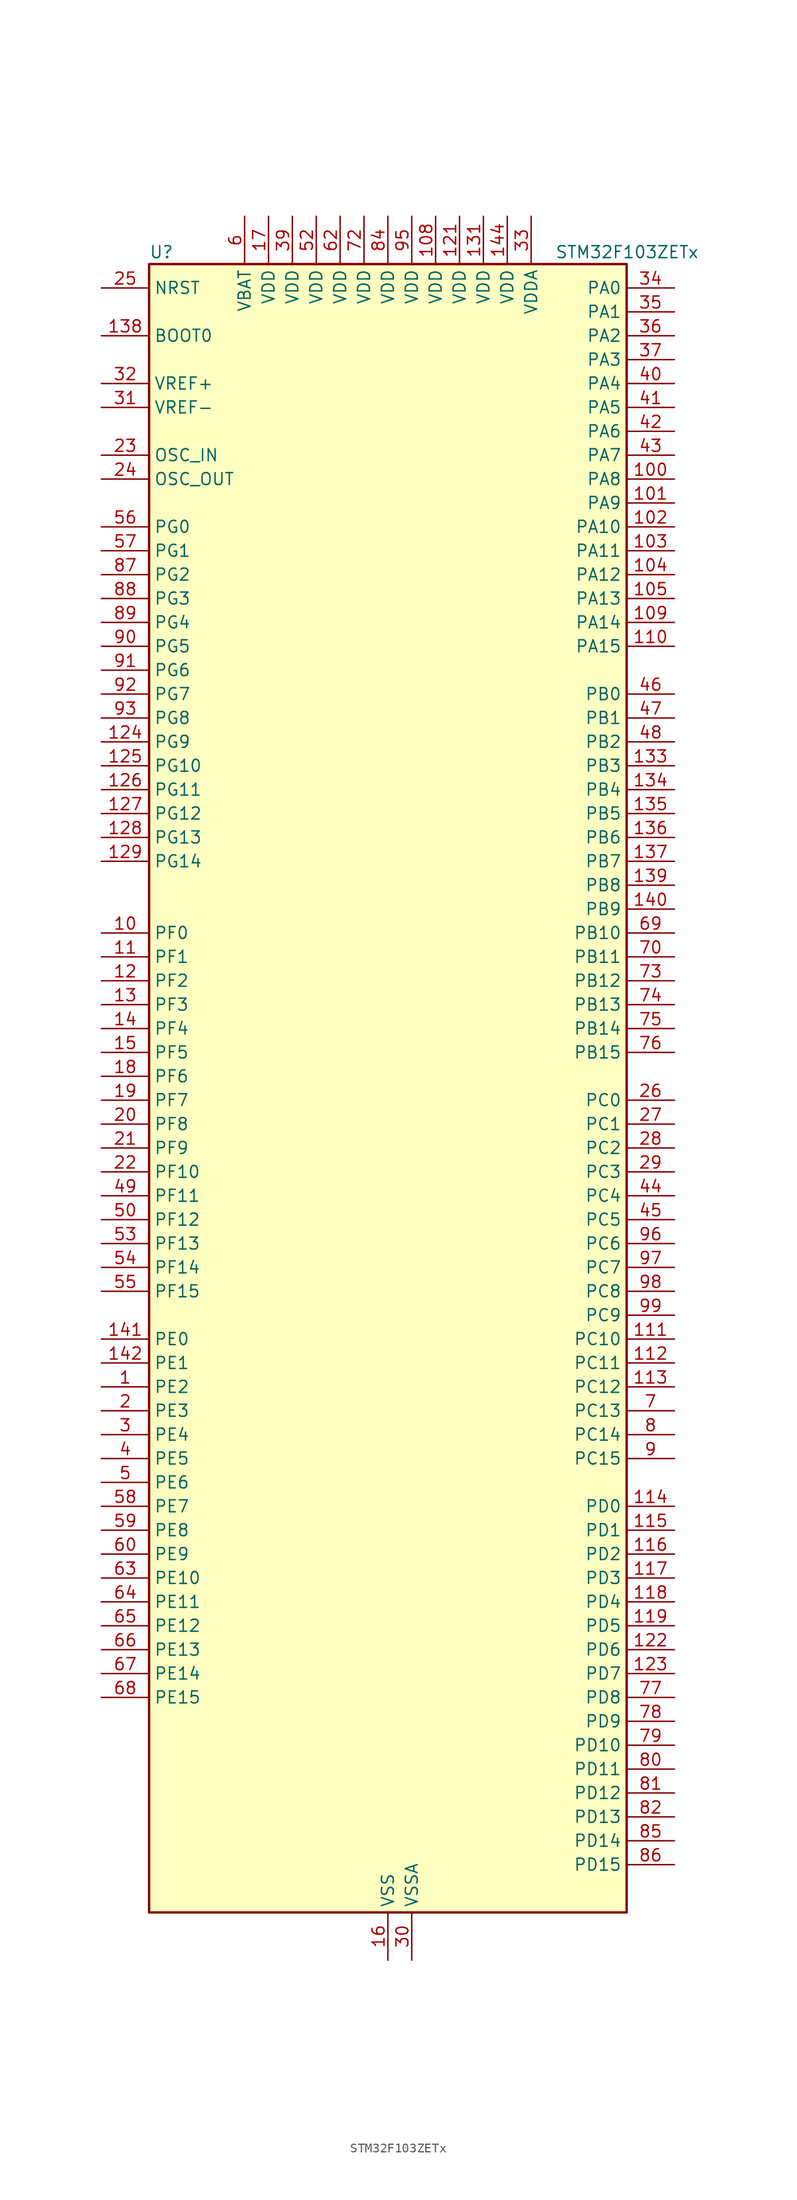
<source format=kicad_sym>
(kicad_symbol_lib
  (version 20220914)
  (generator kicad_symbol_editor)
  (symbol "STM32F103ZETx"
    (property "Reference" "U"
      (at -25.4 90.17 0)
      (effects (font (size 1.27 1.27)) (justify left)))
    (property "Value" "STM32F103ZETx"
      (at 17.78 90.17 0)
      (effects (font (size 1.27 1.27)) (justify left)))
    (property "ki_locked" ""
      (at 0 0 0)
      (effects (font (size 1.27 1.27))))
    (symbol "STM32F103ZETx_0_1"
      (rectangle (start -25.4 -86.36) (end 25.4 88.9) (stroke (width 0.254) (type default)) (fill (type background))))
    (symbol "STM32F103ZETx_1_1"
      (pin bidirectional line (at -30.48 -30.48 0) (length 5.08) (name "PE2" (effects (font (size 1.27 1.27)))) (number "1" (effects (font (size 1.27 1.27)))) (alternate "FSMC_A23" bidirectional line) (alternate "SYS_TRACECLK" bidirectional line))
      (pin bidirectional line (at -30.48 17.78 0) (length 5.08) (name "PF0" (effects (font (size 1.27 1.27)))) (number "10" (effects (font (size 1.27 1.27)))) (alternate "FSMC_A0" bidirectional line))
      (pin bidirectional line (at 30.48 66.04 180) (length 5.08) (name "PA8" (effects (font (size 1.27 1.27)))) (number "100" (effects (font (size 1.27 1.27)))) (alternate "RCC_MCO" bidirectional line) (alternate "TIM1_CH1" bidirectional line) (alternate "USART1_CK" bidirectional line))
      (pin bidirectional line (at 30.48 63.5 180) (length 5.08) (name "PA9" (effects (font (size 1.27 1.27)))) (number "101" (effects (font (size 1.27 1.27)))) (alternate "DAC_EXTI9" bidirectional line) (alternate "TIM1_CH2" bidirectional line) (alternate "USART1_TX" bidirectional line))
      (pin bidirectional line (at 30.48 60.96 180) (length 5.08) (name "PA10" (effects (font (size 1.27 1.27)))) (number "102" (effects (font (size 1.27 1.27)))) (alternate "TIM1_CH3" bidirectional line) (alternate "USART1_RX" bidirectional line))
      (pin bidirectional line (at 30.48 58.42 180) (length 5.08) (name "PA11" (effects (font (size 1.27 1.27)))) (number "103" (effects (font (size 1.27 1.27)))) (alternate "ADC1_EXTI11" bidirectional line) (alternate "ADC2_EXTI11" bidirectional line) (alternate "CAN_RX" bidirectional line) (alternate "TIM1_CH4" bidirectional line) (alternate "USART1_CTS" bidirectional line) (alternate "USB_DM" bidirectional line))
      (pin bidirectional line (at 30.48 55.88 180) (length 5.08) (name "PA12" (effects (font (size 1.27 1.27)))) (number "104" (effects (font (size 1.27 1.27)))) (alternate "CAN_TX" bidirectional line) (alternate "TIM1_ETR" bidirectional line) (alternate "USART1_RTS" bidirectional line) (alternate "USB_DP" bidirectional line))
      (pin bidirectional line (at 30.48 53.34 180) (length 5.08) (name "PA13" (effects (font (size 1.27 1.27)))) (number "105" (effects (font (size 1.27 1.27)))) (alternate "SYS_JTMS-SWDIO" bidirectional line))
      (pin no_connect line (at -25.4 -86.36 0) (length 5.08) hide (name "NC" (effects (font (size 1.27 1.27)))) (number "106" (effects (font (size 1.27 1.27)))))
      (pin passive line (at 0 -91.44 90) (length 5.08) hide (name "VSS" (effects (font (size 1.27 1.27)))) (number "107" (effects (font (size 1.27 1.27)))))
      (pin power_in line (at 5.08 93.98 270) (length 5.08) (name "VDD" (effects (font (size 1.27 1.27)))) (number "108" (effects (font (size 1.27 1.27)))))
      (pin bidirectional line (at 30.48 50.8 180) (length 5.08) (name "PA14" (effects (font (size 1.27 1.27)))) (number "109" (effects (font (size 1.27 1.27)))) (alternate "SYS_JTCK-SWCLK" bidirectional line))
      (pin bidirectional line (at -30.48 15.24 0) (length 5.08) (name "PF1" (effects (font (size 1.27 1.27)))) (number "11" (effects (font (size 1.27 1.27)))) (alternate "FSMC_A1" bidirectional line))
      (pin bidirectional line (at 30.48 48.26 180) (length 5.08) (name "PA15" (effects (font (size 1.27 1.27)))) (number "110" (effects (font (size 1.27 1.27)))) (alternate "ADC1_EXTI15" bidirectional line) (alternate "ADC2_EXTI15" bidirectional line) (alternate "I2S3_WS" bidirectional line) (alternate "SPI1_NSS" bidirectional line) (alternate "SPI3_NSS" bidirectional line) (alternate "SYS_JTDI" bidirectional line) (alternate "TIM2_CH1" bidirectional line) (alternate "TIM2_ETR" bidirectional line))
      (pin bidirectional line (at 30.48 -25.4 180) (length 5.08) (name "PC10" (effects (font (size 1.27 1.27)))) (number "111" (effects (font (size 1.27 1.27)))) (alternate "SDIO_D2" bidirectional line) (alternate "UART4_TX" bidirectional line) (alternate "USART3_TX" bidirectional line))
      (pin bidirectional line (at 30.48 -27.94 180) (length 5.08) (name "PC11" (effects (font (size 1.27 1.27)))) (number "112" (effects (font (size 1.27 1.27)))) (alternate "ADC1_EXTI11" bidirectional line) (alternate "ADC2_EXTI11" bidirectional line) (alternate "SDIO_D3" bidirectional line) (alternate "UART4_RX" bidirectional line) (alternate "USART3_RX" bidirectional line))
      (pin bidirectional line (at 30.48 -30.48 180) (length 5.08) (name "PC12" (effects (font (size 1.27 1.27)))) (number "113" (effects (font (size 1.27 1.27)))) (alternate "SDIO_CK" bidirectional line) (alternate "UART5_TX" bidirectional line) (alternate "USART3_CK" bidirectional line))
      (pin bidirectional line (at 30.48 -43.18 180) (length 5.08) (name "PD0" (effects (font (size 1.27 1.27)))) (number "114" (effects (font (size 1.27 1.27)))) (alternate "CAN_RX" bidirectional line) (alternate "FSMC_D2" bidirectional line) (alternate "FSMC_DA2" bidirectional line))
      (pin bidirectional line (at 30.48 -45.72 180) (length 5.08) (name "PD1" (effects (font (size 1.27 1.27)))) (number "115" (effects (font (size 1.27 1.27)))) (alternate "CAN_TX" bidirectional line) (alternate "FSMC_D3" bidirectional line) (alternate "FSMC_DA3" bidirectional line))
      (pin bidirectional line (at 30.48 -48.26 180) (length 5.08) (name "PD2" (effects (font (size 1.27 1.27)))) (number "116" (effects (font (size 1.27 1.27)))) (alternate "SDIO_CMD" bidirectional line) (alternate "TIM3_ETR" bidirectional line) (alternate "UART5_RX" bidirectional line))
      (pin bidirectional line (at 30.48 -50.8 180) (length 5.08) (name "PD3" (effects (font (size 1.27 1.27)))) (number "117" (effects (font (size 1.27 1.27)))) (alternate "FSMC_CLK" bidirectional line) (alternate "USART2_CTS" bidirectional line))
      (pin bidirectional line (at 30.48 -53.34 180) (length 5.08) (name "PD4" (effects (font (size 1.27 1.27)))) (number "118" (effects (font (size 1.27 1.27)))) (alternate "FSMC_NOE" bidirectional line) (alternate "USART2_RTS" bidirectional line))
      (pin bidirectional line (at 30.48 -55.88 180) (length 5.08) (name "PD5" (effects (font (size 1.27 1.27)))) (number "119" (effects (font (size 1.27 1.27)))) (alternate "FSMC_NWE" bidirectional line) (alternate "USART2_TX" bidirectional line))
      (pin bidirectional line (at -30.48 12.7 0) (length 5.08) (name "PF2" (effects (font (size 1.27 1.27)))) (number "12" (effects (font (size 1.27 1.27)))) (alternate "FSMC_A2" bidirectional line))
      (pin passive line (at 0 -91.44 90) (length 5.08) hide (name "VSS" (effects (font (size 1.27 1.27)))) (number "120" (effects (font (size 1.27 1.27)))))
      (pin power_in line (at 7.62 93.98 270) (length 5.08) (name "VDD" (effects (font (size 1.27 1.27)))) (number "121" (effects (font (size 1.27 1.27)))))
      (pin bidirectional line (at 30.48 -58.42 180) (length 5.08) (name "PD6" (effects (font (size 1.27 1.27)))) (number "122" (effects (font (size 1.27 1.27)))) (alternate "FSMC_NWAIT" bidirectional line) (alternate "USART2_RX" bidirectional line))
      (pin bidirectional line (at 30.48 -60.96 180) (length 5.08) (name "PD7" (effects (font (size 1.27 1.27)))) (number "123" (effects (font (size 1.27 1.27)))) (alternate "FSMC_NCE2" bidirectional line) (alternate "FSMC_NE1" bidirectional line) (alternate "USART2_CK" bidirectional line))
      (pin bidirectional line (at -30.48 38.1 0) (length 5.08) (name "PG9" (effects (font (size 1.27 1.27)))) (number "124" (effects (font (size 1.27 1.27)))) (alternate "DAC_EXTI9" bidirectional line) (alternate "FSMC_NCE3" bidirectional line) (alternate "FSMC_NE2" bidirectional line))
      (pin bidirectional line (at -30.48 35.56 0) (length 5.08) (name "PG10" (effects (font (size 1.27 1.27)))) (number "125" (effects (font (size 1.27 1.27)))) (alternate "FSMC_NCE4_1" bidirectional line) (alternate "FSMC_NE3" bidirectional line))
      (pin bidirectional line (at -30.48 33.02 0) (length 5.08) (name "PG11" (effects (font (size 1.27 1.27)))) (number "126" (effects (font (size 1.27 1.27)))) (alternate "ADC1_EXTI11" bidirectional line) (alternate "ADC2_EXTI11" bidirectional line) (alternate "FSMC_NCE4_2" bidirectional line))
      (pin bidirectional line (at -30.48 30.48 0) (length 5.08) (name "PG12" (effects (font (size 1.27 1.27)))) (number "127" (effects (font (size 1.27 1.27)))) (alternate "FSMC_NE4" bidirectional line))
      (pin bidirectional line (at -30.48 27.94 0) (length 5.08) (name "PG13" (effects (font (size 1.27 1.27)))) (number "128" (effects (font (size 1.27 1.27)))) (alternate "FSMC_A24" bidirectional line))
      (pin bidirectional line (at -30.48 25.4 0) (length 5.08) (name "PG14" (effects (font (size 1.27 1.27)))) (number "129" (effects (font (size 1.27 1.27)))) (alternate "FSMC_A25" bidirectional line))
      (pin bidirectional line (at -30.48 10.16 0) (length 5.08) (name "PF3" (effects (font (size 1.27 1.27)))) (number "13" (effects (font (size 1.27 1.27)))) (alternate "FSMC_A3" bidirectional line))
      (pin passive line (at 0 -91.44 90) (length 5.08) hide (name "VSS" (effects (font (size 1.27 1.27)))) (number "130" (effects (font (size 1.27 1.27)))))
      (pin power_in line (at 10.16 93.98 270) (length 5.08) (name "VDD" (effects (font (size 1.27 1.27)))) (number "131" (effects (font (size 1.27 1.27)))))
      (pin bidirectional line (at 30.48 35.56 180) (length 5.08) (name "PB3" (effects (font (size 1.27 1.27)))) (number "133" (effects (font (size 1.27 1.27)))) (alternate "I2S3_CK" bidirectional line) (alternate "SPI1_SCK" bidirectional line) (alternate "SPI3_SCK" bidirectional line) (alternate "SYS_JTDO-TRACESWO" bidirectional line) (alternate "TIM2_CH2" bidirectional line))
      (pin bidirectional line (at 30.48 33.02 180) (length 5.08) (name "PB4" (effects (font (size 1.27 1.27)))) (number "134" (effects (font (size 1.27 1.27)))) (alternate "SPI1_MISO" bidirectional line) (alternate "SPI3_MISO" bidirectional line) (alternate "SYS_NJTRST" bidirectional line) (alternate "TIM3_CH1" bidirectional line))
      (pin bidirectional line (at 30.48 30.48 180) (length 5.08) (name "PB5" (effects (font (size 1.27 1.27)))) (number "135" (effects (font (size 1.27 1.27)))) (alternate "I2C1_SMBA" bidirectional line) (alternate "I2S3_SD" bidirectional line) (alternate "SPI1_MOSI" bidirectional line) (alternate "SPI3_MOSI" bidirectional line) (alternate "TIM3_CH2" bidirectional line))
      (pin bidirectional line (at 30.48 27.94 180) (length 5.08) (name "PB6" (effects (font (size 1.27 1.27)))) (number "136" (effects (font (size 1.27 1.27)))) (alternate "I2C1_SCL" bidirectional line) (alternate "TIM4_CH1" bidirectional line) (alternate "USART1_TX" bidirectional line))
      (pin bidirectional line (at 30.48 25.4 180) (length 5.08) (name "PB7" (effects (font (size 1.27 1.27)))) (number "137" (effects (font (size 1.27 1.27)))) (alternate "FSMC_NL" bidirectional line) (alternate "I2C1_SDA" bidirectional line) (alternate "TIM4_CH2" bidirectional line) (alternate "USART1_RX" bidirectional line))
      (pin input line (at -30.48 81.28 0) (length 5.08) (name "BOOT0" (effects (font (size 1.27 1.27)))) (number "138" (effects (font (size 1.27 1.27)))))
      (pin bidirectional line (at 30.48 22.86 180) (length 5.08) (name "PB8" (effects (font (size 1.27 1.27)))) (number "139" (effects (font (size 1.27 1.27)))) (alternate "CAN_RX" bidirectional line) (alternate "I2C1_SCL" bidirectional line) (alternate "SDIO_D4" bidirectional line) (alternate "TIM4_CH3" bidirectional line))
      (pin bidirectional line (at -30.48 7.62 0) (length 5.08) (name "PF4" (effects (font (size 1.27 1.27)))) (number "14" (effects (font (size 1.27 1.27)))) (alternate "FSMC_A4" bidirectional line))
      (pin bidirectional line (at 30.48 20.32 180) (length 5.08) (name "PB9" (effects (font (size 1.27 1.27)))) (number "140" (effects (font (size 1.27 1.27)))) (alternate "CAN_TX" bidirectional line) (alternate "DAC_EXTI9" bidirectional line) (alternate "I2C1_SDA" bidirectional line) (alternate "SDIO_D5" bidirectional line) (alternate "TIM4_CH4" bidirectional line))
      (pin bidirectional line (at -30.48 -25.4 0) (length 5.08) (name "PE0" (effects (font (size 1.27 1.27)))) (number "141" (effects (font (size 1.27 1.27)))) (alternate "FSMC_NBL0" bidirectional line) (alternate "TIM4_ETR" bidirectional line))
      (pin bidirectional line (at -30.48 -27.94 0) (length 5.08) (name "PE1" (effects (font (size 1.27 1.27)))) (number "142" (effects (font (size 1.27 1.27)))) (alternate "FSMC_NBL1" bidirectional line))
      (pin passive line (at 0 -91.44 90) (length 5.08) hide (name "VSS" (effects (font (size 1.27 1.27)))) (number "143" (effects (font (size 1.27 1.27)))))
      (pin power_in line (at 12.7 93.98 270) (length 5.08) (name "VDD" (effects (font (size 1.27 1.27)))) (number "144" (effects (font (size 1.27 1.27)))))
      (pin bidirectional line (at -30.48 5.08 0) (length 5.08) (name "PF5" (effects (font (size 1.27 1.27)))) (number "15" (effects (font (size 1.27 1.27)))) (alternate "FSMC_A5" bidirectional line))
      (pin power_in line (at 0 -91.44 90) (length 5.08) (name "VSS" (effects (font (size 1.27 1.27)))) (number "16" (effects (font (size 1.27 1.27)))))
      (pin power_in line (at -12.7 93.98 270) (length 5.08) (name "VDD" (effects (font (size 1.27 1.27)))) (number "17" (effects (font (size 1.27 1.27)))))
      (pin bidirectional line (at -30.48 2.54 0) (length 5.08) (name "PF6" (effects (font (size 1.27 1.27)))) (number "18" (effects (font (size 1.27 1.27)))) (alternate "ADC3_IN4" bidirectional line) (alternate "FSMC_NIORD" bidirectional line))
      (pin bidirectional line (at -30.48 0 0) (length 5.08) (name "PF7" (effects (font (size 1.27 1.27)))) (number "19" (effects (font (size 1.27 1.27)))) (alternate "ADC3_IN5" bidirectional line) (alternate "FSMC_NREG" bidirectional line))
      (pin bidirectional line (at -30.48 -33.02 0) (length 5.08) (name "PE3" (effects (font (size 1.27 1.27)))) (number "2" (effects (font (size 1.27 1.27)))) (alternate "FSMC_A19" bidirectional line) (alternate "SYS_TRACED0" bidirectional line))
      (pin bidirectional line (at -30.48 -2.54 0) (length 5.08) (name "PF8" (effects (font (size 1.27 1.27)))) (number "20" (effects (font (size 1.27 1.27)))) (alternate "ADC3_IN6" bidirectional line) (alternate "FSMC_NIOWR" bidirectional line))
      (pin bidirectional line (at -30.48 -5.08 0) (length 5.08) (name "PF9" (effects (font (size 1.27 1.27)))) (number "21" (effects (font (size 1.27 1.27)))) (alternate "ADC3_IN7" bidirectional line) (alternate "DAC_EXTI9" bidirectional line) (alternate "FSMC_CD" bidirectional line))
      (pin bidirectional line (at -30.48 -7.62 0) (length 5.08) (name "PF10" (effects (font (size 1.27 1.27)))) (number "22" (effects (font (size 1.27 1.27)))) (alternate "ADC3_IN8" bidirectional line) (alternate "FSMC_INTR" bidirectional line))
      (pin input line (at -30.48 68.58 0) (length 5.08) (name "OSC_IN" (effects (font (size 1.27 1.27)))) (number "23" (effects (font (size 1.27 1.27)))) (alternate "RCC_OSC_IN" bidirectional line))
      (pin input line (at -30.48 66.04 0) (length 5.08) (name "OSC_OUT" (effects (font (size 1.27 1.27)))) (number "24" (effects (font (size 1.27 1.27)))) (alternate "RCC_OSC_OUT" bidirectional line))
      (pin input line (at -30.48 86.36 0) (length 5.08) (name "NRST" (effects (font (size 1.27 1.27)))) (number "25" (effects (font (size 1.27 1.27)))))
      (pin bidirectional line (at 30.48 0 180) (length 5.08) (name "PC0" (effects (font (size 1.27 1.27)))) (number "26" (effects (font (size 1.27 1.27)))) (alternate "ADC1_IN10" bidirectional line) (alternate "ADC2_IN10" bidirectional line) (alternate "ADC3_IN10" bidirectional line))
      (pin bidirectional line (at 30.48 -2.54 180) (length 5.08) (name "PC1" (effects (font (size 1.27 1.27)))) (number "27" (effects (font (size 1.27 1.27)))) (alternate "ADC1_IN11" bidirectional line) (alternate "ADC2_IN11" bidirectional line) (alternate "ADC3_IN11" bidirectional line))
      (pin bidirectional line (at 30.48 -5.08 180) (length 5.08) (name "PC2" (effects (font (size 1.27 1.27)))) (number "28" (effects (font (size 1.27 1.27)))) (alternate "ADC1_IN12" bidirectional line) (alternate "ADC2_IN12" bidirectional line) (alternate "ADC3_IN12" bidirectional line))
      (pin bidirectional line (at 30.48 -7.62 180) (length 5.08) (name "PC3" (effects (font (size 1.27 1.27)))) (number "29" (effects (font (size 1.27 1.27)))) (alternate "ADC1_IN13" bidirectional line) (alternate "ADC2_IN13" bidirectional line) (alternate "ADC3_IN13" bidirectional line))
      (pin bidirectional line (at -30.48 -35.56 0) (length 5.08) (name "PE4" (effects (font (size 1.27 1.27)))) (number "3" (effects (font (size 1.27 1.27)))) (alternate "FSMC_A20" bidirectional line) (alternate "SYS_TRACED1" bidirectional line))
      (pin power_in line (at 2.54 -91.44 90) (length 5.08) (name "VSSA" (effects (font (size 1.27 1.27)))) (number "30" (effects (font (size 1.27 1.27)))))
      (pin input line (at -30.48 73.66 0) (length 5.08) (name "VREF-" (effects (font (size 1.27 1.27)))) (number "31" (effects (font (size 1.27 1.27)))))
      (pin input line (at -30.48 76.2 0) (length 5.08) (name "VREF+" (effects (font (size 1.27 1.27)))) (number "32" (effects (font (size 1.27 1.27)))))
      (pin power_in line (at 15.24 93.98 270) (length 5.08) (name "VDDA" (effects (font (size 1.27 1.27)))) (number "33" (effects (font (size 1.27 1.27)))))
      (pin bidirectional line (at 30.48 86.36 180) (length 5.08) (name "PA0" (effects (font (size 1.27 1.27)))) (number "34" (effects (font (size 1.27 1.27)))) (alternate "ADC1_IN0" bidirectional line) (alternate "ADC2_IN0" bidirectional line) (alternate "ADC3_IN0" bidirectional line) (alternate "SYS_WKUP" bidirectional line) (alternate "TIM2_CH1" bidirectional line) (alternate "TIM2_ETR" bidirectional line) (alternate "TIM5_CH1" bidirectional line) (alternate "TIM8_ETR" bidirectional line) (alternate "USART2_CTS" bidirectional line))
      (pin bidirectional line (at 30.48 83.82 180) (length 5.08) (name "PA1" (effects (font (size 1.27 1.27)))) (number "35" (effects (font (size 1.27 1.27)))) (alternate "ADC1_IN1" bidirectional line) (alternate "ADC2_IN1" bidirectional line) (alternate "ADC3_IN1" bidirectional line) (alternate "TIM2_CH2" bidirectional line) (alternate "TIM5_CH2" bidirectional line) (alternate "USART2_RTS" bidirectional line))
      (pin bidirectional line (at 30.48 81.28 180) (length 5.08) (name "PA2" (effects (font (size 1.27 1.27)))) (number "36" (effects (font (size 1.27 1.27)))) (alternate "ADC1_IN2" bidirectional line) (alternate "ADC2_IN2" bidirectional line) (alternate "ADC3_IN2" bidirectional line) (alternate "TIM2_CH3" bidirectional line) (alternate "TIM5_CH3" bidirectional line) (alternate "USART2_TX" bidirectional line))
      (pin bidirectional line (at 30.48 78.74 180) (length 5.08) (name "PA3" (effects (font (size 1.27 1.27)))) (number "37" (effects (font (size 1.27 1.27)))) (alternate "ADC1_IN3" bidirectional line) (alternate "ADC2_IN3" bidirectional line) (alternate "ADC3_IN3" bidirectional line) (alternate "TIM2_CH4" bidirectional line) (alternate "TIM5_CH4" bidirectional line) (alternate "USART2_RX" bidirectional line))
      (pin passive line (at 0 -91.44 90) (length 5.08) hide (name "VSS" (effects (font (size 1.27 1.27)))) (number "38" (effects (font (size 1.27 1.27)))))
      (pin power_in line (at -10.16 93.98 270) (length 5.08) (name "VDD" (effects (font (size 1.27 1.27)))) (number "39" (effects (font (size 1.27 1.27)))))
      (pin bidirectional line (at -30.48 -38.1 0) (length 5.08) (name "PE5" (effects (font (size 1.27 1.27)))) (number "4" (effects (font (size 1.27 1.27)))) (alternate "FSMC_A21" bidirectional line) (alternate "SYS_TRACED2" bidirectional line))
      (pin bidirectional line (at 30.48 76.2 180) (length 5.08) (name "PA4" (effects (font (size 1.27 1.27)))) (number "40" (effects (font (size 1.27 1.27)))) (alternate "ADC1_IN4" bidirectional line) (alternate "ADC2_IN4" bidirectional line) (alternate "DAC_OUT1" bidirectional line) (alternate "SPI1_NSS" bidirectional line) (alternate "USART2_CK" bidirectional line))
      (pin bidirectional line (at 30.48 73.66 180) (length 5.08) (name "PA5" (effects (font (size 1.27 1.27)))) (number "41" (effects (font (size 1.27 1.27)))) (alternate "ADC1_IN5" bidirectional line) (alternate "ADC2_IN5" bidirectional line) (alternate "DAC_OUT2" bidirectional line) (alternate "SPI1_SCK" bidirectional line))
      (pin bidirectional line (at 30.48 71.12 180) (length 5.08) (name "PA6" (effects (font (size 1.27 1.27)))) (number "42" (effects (font (size 1.27 1.27)))) (alternate "ADC1_IN6" bidirectional line) (alternate "ADC2_IN6" bidirectional line) (alternate "SPI1_MISO" bidirectional line) (alternate "TIM1_BKIN" bidirectional line) (alternate "TIM3_CH1" bidirectional line) (alternate "TIM8_BKIN" bidirectional line))
      (pin bidirectional line (at 30.48 68.58 180) (length 5.08) (name "PA7" (effects (font (size 1.27 1.27)))) (number "43" (effects (font (size 1.27 1.27)))) (alternate "ADC1_IN7" bidirectional line) (alternate "ADC2_IN7" bidirectional line) (alternate "SPI1_MOSI" bidirectional line) (alternate "TIM1_CH1N" bidirectional line) (alternate "TIM3_CH2" bidirectional line) (alternate "TIM8_CH1N" bidirectional line))
      (pin bidirectional line (at 30.48 -10.16 180) (length 5.08) (name "PC4" (effects (font (size 1.27 1.27)))) (number "44" (effects (font (size 1.27 1.27)))) (alternate "ADC1_IN14" bidirectional line) (alternate "ADC2_IN14" bidirectional line))
      (pin bidirectional line (at 30.48 -12.7 180) (length 5.08) (name "PC5" (effects (font (size 1.27 1.27)))) (number "45" (effects (font (size 1.27 1.27)))) (alternate "ADC1_IN15" bidirectional line) (alternate "ADC2_IN15" bidirectional line))
      (pin bidirectional line (at 30.48 43.18 180) (length 5.08) (name "PB0" (effects (font (size 1.27 1.27)))) (number "46" (effects (font (size 1.27 1.27)))) (alternate "ADC1_IN8" bidirectional line) (alternate "ADC2_IN8" bidirectional line) (alternate "TIM1_CH2N" bidirectional line) (alternate "TIM3_CH3" bidirectional line) (alternate "TIM8_CH2N" bidirectional line))
      (pin bidirectional line (at 30.48 40.64 180) (length 5.08) (name "PB1" (effects (font (size 1.27 1.27)))) (number "47" (effects (font (size 1.27 1.27)))) (alternate "ADC1_IN9" bidirectional line) (alternate "ADC2_IN9" bidirectional line) (alternate "TIM1_CH3N" bidirectional line) (alternate "TIM3_CH4" bidirectional line) (alternate "TIM8_CH3N" bidirectional line))
      (pin bidirectional line (at 30.48 38.1 180) (length 5.08) (name "PB2" (effects (font (size 1.27 1.27)))) (number "48" (effects (font (size 1.27 1.27)))))
      (pin bidirectional line (at -30.48 -10.16 0) (length 5.08) (name "PF11" (effects (font (size 1.27 1.27)))) (number "49" (effects (font (size 1.27 1.27)))) (alternate "ADC1_EXTI11" bidirectional line) (alternate "ADC2_EXTI11" bidirectional line) (alternate "FSMC_NIOS16" bidirectional line))
      (pin bidirectional line (at -30.48 -40.64 0) (length 5.08) (name "PE6" (effects (font (size 1.27 1.27)))) (number "5" (effects (font (size 1.27 1.27)))) (alternate "FSMC_A22" bidirectional line) (alternate "SYS_TRACED3" bidirectional line))
      (pin bidirectional line (at -30.48 -12.7 0) (length 5.08) (name "PF12" (effects (font (size 1.27 1.27)))) (number "50" (effects (font (size 1.27 1.27)))) (alternate "FSMC_A6" bidirectional line))
      (pin passive line (at 0 -91.44 90) (length 5.08) hide (name "VSS" (effects (font (size 1.27 1.27)))) (number "51" (effects (font (size 1.27 1.27)))))
      (pin power_in line (at -7.62 93.98 270) (length 5.08) (name "VDD" (effects (font (size 1.27 1.27)))) (number "52" (effects (font (size 1.27 1.27)))))
      (pin bidirectional line (at -30.48 -15.24 0) (length 5.08) (name "PF13" (effects (font (size 1.27 1.27)))) (number "53" (effects (font (size 1.27 1.27)))) (alternate "FSMC_A7" bidirectional line))
      (pin bidirectional line (at -30.48 -17.78 0) (length 5.08) (name "PF14" (effects (font (size 1.27 1.27)))) (number "54" (effects (font (size 1.27 1.27)))) (alternate "FSMC_A8" bidirectional line))
      (pin bidirectional line (at -30.48 -20.32 0) (length 5.08) (name "PF15" (effects (font (size 1.27 1.27)))) (number "55" (effects (font (size 1.27 1.27)))) (alternate "ADC1_EXTI15" bidirectional line) (alternate "ADC2_EXTI15" bidirectional line) (alternate "FSMC_A9" bidirectional line))
      (pin bidirectional line (at -30.48 60.96 0) (length 5.08) (name "PG0" (effects (font (size 1.27 1.27)))) (number "56" (effects (font (size 1.27 1.27)))) (alternate "FSMC_A10" bidirectional line))
      (pin bidirectional line (at -30.48 58.42 0) (length 5.08) (name "PG1" (effects (font (size 1.27 1.27)))) (number "57" (effects (font (size 1.27 1.27)))) (alternate "FSMC_A11" bidirectional line))
      (pin bidirectional line (at -30.48 -43.18 0) (length 5.08) (name "PE7" (effects (font (size 1.27 1.27)))) (number "58" (effects (font (size 1.27 1.27)))) (alternate "FSMC_D4" bidirectional line) (alternate "FSMC_DA4" bidirectional line) (alternate "TIM1_ETR" bidirectional line))
      (pin bidirectional line (at -30.48 -45.72 0) (length 5.08) (name "PE8" (effects (font (size 1.27 1.27)))) (number "59" (effects (font (size 1.27 1.27)))) (alternate "FSMC_D5" bidirectional line) (alternate "FSMC_DA5" bidirectional line) (alternate "TIM1_CH1N" bidirectional line))
      (pin power_in line (at -15.24 93.98 270) (length 5.08) (name "VBAT" (effects (font (size 1.27 1.27)))) (number "6" (effects (font (size 1.27 1.27)))))
      (pin bidirectional line (at -30.48 -48.26 0) (length 5.08) (name "PE9" (effects (font (size 1.27 1.27)))) (number "60" (effects (font (size 1.27 1.27)))) (alternate "DAC_EXTI9" bidirectional line) (alternate "FSMC_D6" bidirectional line) (alternate "FSMC_DA6" bidirectional line) (alternate "TIM1_CH1" bidirectional line))
      (pin passive line (at 0 -91.44 90) (length 5.08) hide (name "VSS" (effects (font (size 1.27 1.27)))) (number "61" (effects (font (size 1.27 1.27)))))
      (pin power_in line (at -5.08 93.98 270) (length 5.08) (name "VDD" (effects (font (size 1.27 1.27)))) (number "62" (effects (font (size 1.27 1.27)))))
      (pin bidirectional line (at -30.48 -50.8 0) (length 5.08) (name "PE10" (effects (font (size 1.27 1.27)))) (number "63" (effects (font (size 1.27 1.27)))) (alternate "FSMC_D7" bidirectional line) (alternate "FSMC_DA7" bidirectional line) (alternate "TIM1_CH2N" bidirectional line))
      (pin bidirectional line (at -30.48 -53.34 0) (length 5.08) (name "PE11" (effects (font (size 1.27 1.27)))) (number "64" (effects (font (size 1.27 1.27)))) (alternate "ADC1_EXTI11" bidirectional line) (alternate "ADC2_EXTI11" bidirectional line) (alternate "FSMC_D8" bidirectional line) (alternate "FSMC_DA8" bidirectional line) (alternate "TIM1_CH2" bidirectional line))
      (pin bidirectional line (at -30.48 -55.88 0) (length 5.08) (name "PE12" (effects (font (size 1.27 1.27)))) (number "65" (effects (font (size 1.27 1.27)))) (alternate "FSMC_D9" bidirectional line) (alternate "FSMC_DA9" bidirectional line) (alternate "TIM1_CH3N" bidirectional line))
      (pin bidirectional line (at -30.48 -58.42 0) (length 5.08) (name "PE13" (effects (font (size 1.27 1.27)))) (number "66" (effects (font (size 1.27 1.27)))) (alternate "FSMC_D10" bidirectional line) (alternate "FSMC_DA10" bidirectional line) (alternate "TIM1_CH3" bidirectional line))
      (pin bidirectional line (at -30.48 -60.96 0) (length 5.08) (name "PE14" (effects (font (size 1.27 1.27)))) (number "67" (effects (font (size 1.27 1.27)))) (alternate "FSMC_D11" bidirectional line) (alternate "FSMC_DA11" bidirectional line) (alternate "TIM1_CH4" bidirectional line))
      (pin bidirectional line (at -30.48 -63.5 0) (length 5.08) (name "PE15" (effects (font (size 1.27 1.27)))) (number "68" (effects (font (size 1.27 1.27)))) (alternate "ADC1_EXTI15" bidirectional line) (alternate "ADC2_EXTI15" bidirectional line) (alternate "FSMC_D12" bidirectional line) (alternate "FSMC_DA12" bidirectional line) (alternate "TIM1_BKIN" bidirectional line))
      (pin bidirectional line (at 30.48 17.78 180) (length 5.08) (name "PB10" (effects (font (size 1.27 1.27)))) (number "69" (effects (font (size 1.27 1.27)))) (alternate "I2C2_SCL" bidirectional line) (alternate "TIM2_CH3" bidirectional line) (alternate "USART3_TX" bidirectional line))
      (pin bidirectional line (at 30.48 -33.02 180) (length 5.08) (name "PC13" (effects (font (size 1.27 1.27)))) (number "7" (effects (font (size 1.27 1.27)))) (alternate "RTC_OUT" bidirectional line) (alternate "RTC_TAMPER" bidirectional line))
      (pin bidirectional line (at 30.48 15.24 180) (length 5.08) (name "PB11" (effects (font (size 1.27 1.27)))) (number "70" (effects (font (size 1.27 1.27)))) (alternate "ADC1_EXTI11" bidirectional line) (alternate "ADC2_EXTI11" bidirectional line) (alternate "I2C2_SDA" bidirectional line) (alternate "TIM2_CH4" bidirectional line) (alternate "USART3_RX" bidirectional line))
      (pin passive line (at 0 -91.44 90) (length 5.08) hide (name "VSS" (effects (font (size 1.27 1.27)))) (number "71" (effects (font (size 1.27 1.27)))))
      (pin power_in line (at -2.54 93.98 270) (length 5.08) (name "VDD" (effects (font (size 1.27 1.27)))) (number "72" (effects (font (size 1.27 1.27)))))
      (pin bidirectional line (at 30.48 12.7 180) (length 5.08) (name "PB12" (effects (font (size 1.27 1.27)))) (number "73" (effects (font (size 1.27 1.27)))) (alternate "I2C2_SMBA" bidirectional line) (alternate "I2S2_WS" bidirectional line) (alternate "SPI2_NSS" bidirectional line) (alternate "TIM1_BKIN" bidirectional line) (alternate "USART3_CK" bidirectional line))
      (pin bidirectional line (at 30.48 10.16 180) (length 5.08) (name "PB13" (effects (font (size 1.27 1.27)))) (number "74" (effects (font (size 1.27 1.27)))) (alternate "I2S2_CK" bidirectional line) (alternate "SPI2_SCK" bidirectional line) (alternate "TIM1_CH1N" bidirectional line) (alternate "USART3_CTS" bidirectional line))
      (pin bidirectional line (at 30.48 7.62 180) (length 5.08) (name "PB14" (effects (font (size 1.27 1.27)))) (number "75" (effects (font (size 1.27 1.27)))) (alternate "SPI2_MISO" bidirectional line) (alternate "TIM1_CH2N" bidirectional line) (alternate "USART3_RTS" bidirectional line))
      (pin bidirectional line (at 30.48 5.08 180) (length 5.08) (name "PB15" (effects (font (size 1.27 1.27)))) (number "76" (effects (font (size 1.27 1.27)))) (alternate "ADC1_EXTI15" bidirectional line) (alternate "ADC2_EXTI15" bidirectional line) (alternate "I2S2_SD" bidirectional line) (alternate "SPI2_MOSI" bidirectional line) (alternate "TIM1_CH3N" bidirectional line))
      (pin bidirectional line (at 30.48 -63.5 180) (length 5.08) (name "PD8" (effects (font (size 1.27 1.27)))) (number "77" (effects (font (size 1.27 1.27)))) (alternate "FSMC_D13" bidirectional line) (alternate "FSMC_DA13" bidirectional line) (alternate "USART3_TX" bidirectional line))
      (pin bidirectional line (at 30.48 -66.04 180) (length 5.08) (name "PD9" (effects (font (size 1.27 1.27)))) (number "78" (effects (font (size 1.27 1.27)))) (alternate "DAC_EXTI9" bidirectional line) (alternate "FSMC_D14" bidirectional line) (alternate "FSMC_DA14" bidirectional line) (alternate "USART3_RX" bidirectional line))
      (pin bidirectional line (at 30.48 -68.58 180) (length 5.08) (name "PD10" (effects (font (size 1.27 1.27)))) (number "79" (effects (font (size 1.27 1.27)))) (alternate "FSMC_D15" bidirectional line) (alternate "FSMC_DA15" bidirectional line) (alternate "USART3_CK" bidirectional line))
      (pin bidirectional line (at 30.48 -35.56 180) (length 5.08) (name "PC14" (effects (font (size 1.27 1.27)))) (number "8" (effects (font (size 1.27 1.27)))) (alternate "RCC_OSC32_IN" bidirectional line))
      (pin bidirectional line (at 30.48 -71.12 180) (length 5.08) (name "PD11" (effects (font (size 1.27 1.27)))) (number "80" (effects (font (size 1.27 1.27)))) (alternate "ADC1_EXTI11" bidirectional line) (alternate "ADC2_EXTI11" bidirectional line) (alternate "FSMC_A16" bidirectional line) (alternate "FSMC_CLE" bidirectional line) (alternate "USART3_CTS" bidirectional line))
      (pin bidirectional line (at 30.48 -73.66 180) (length 5.08) (name "PD12" (effects (font (size 1.27 1.27)))) (number "81" (effects (font (size 1.27 1.27)))) (alternate "FSMC_A17" bidirectional line) (alternate "FSMC_ALE" bidirectional line) (alternate "TIM4_CH1" bidirectional line) (alternate "USART3_RTS" bidirectional line))
      (pin bidirectional line (at 30.48 -76.2 180) (length 5.08) (name "PD13" (effects (font (size 1.27 1.27)))) (number "82" (effects (font (size 1.27 1.27)))) (alternate "FSMC_A18" bidirectional line) (alternate "TIM4_CH2" bidirectional line))
      (pin passive line (at 0 -91.44 90) (length 5.08) hide (name "VSS" (effects (font (size 1.27 1.27)))) (number "83" (effects (font (size 1.27 1.27)))))
      (pin power_in line (at 0 93.98 270) (length 5.08) (name "VDD" (effects (font (size 1.27 1.27)))) (number "84" (effects (font (size 1.27 1.27)))))
      (pin bidirectional line (at 30.48 -78.74 180) (length 5.08) (name "PD14" (effects (font (size 1.27 1.27)))) (number "85" (effects (font (size 1.27 1.27)))) (alternate "FSMC_D0" bidirectional line) (alternate "FSMC_DA0" bidirectional line) (alternate "TIM4_CH3" bidirectional line))
      (pin bidirectional line (at 30.48 -81.28 180) (length 5.08) (name "PD15" (effects (font (size 1.27 1.27)))) (number "86" (effects (font (size 1.27 1.27)))) (alternate "ADC1_EXTI15" bidirectional line) (alternate "ADC2_EXTI15" bidirectional line) (alternate "FSMC_D1" bidirectional line) (alternate "FSMC_DA1" bidirectional line) (alternate "TIM4_CH4" bidirectional line))
      (pin bidirectional line (at -30.48 55.88 0) (length 5.08) (name "PG2" (effects (font (size 1.27 1.27)))) (number "87" (effects (font (size 1.27 1.27)))) (alternate "FSMC_A12" bidirectional line))
      (pin bidirectional line (at -30.48 53.34 0) (length 5.08) (name "PG3" (effects (font (size 1.27 1.27)))) (number "88" (effects (font (size 1.27 1.27)))) (alternate "FSMC_A13" bidirectional line))
      (pin bidirectional line (at -30.48 50.8 0) (length 5.08) (name "PG4" (effects (font (size 1.27 1.27)))) (number "89" (effects (font (size 1.27 1.27)))) (alternate "FSMC_A14" bidirectional line))
      (pin bidirectional line (at 30.48 -38.1 180) (length 5.08) (name "PC15" (effects (font (size 1.27 1.27)))) (number "9" (effects (font (size 1.27 1.27)))) (alternate "ADC1_EXTI15" bidirectional line) (alternate "ADC2_EXTI15" bidirectional line) (alternate "RCC_OSC32_OUT" bidirectional line))
      (pin bidirectional line (at -30.48 48.26 0) (length 5.08) (name "PG5" (effects (font (size 1.27 1.27)))) (number "90" (effects (font (size 1.27 1.27)))) (alternate "FSMC_A15" bidirectional line))
      (pin bidirectional line (at -30.48 45.72 0) (length 5.08) (name "PG6" (effects (font (size 1.27 1.27)))) (number "91" (effects (font (size 1.27 1.27)))) (alternate "FSMC_INT2" bidirectional line))
      (pin bidirectional line (at -30.48 43.18 0) (length 5.08) (name "PG7" (effects (font (size 1.27 1.27)))) (number "92" (effects (font (size 1.27 1.27)))) (alternate "FSMC_INT3" bidirectional line))
      (pin bidirectional line (at -30.48 40.64 0) (length 5.08) (name "PG8" (effects (font (size 1.27 1.27)))) (number "93" (effects (font (size 1.27 1.27)))))
      (pin passive line (at 0 -91.44 90) (length 5.08) hide (name "VSS" (effects (font (size 1.27 1.27)))) (number "94" (effects (font (size 1.27 1.27)))))
      (pin power_in line (at 2.54 93.98 270) (length 5.08) (name "VDD" (effects (font (size 1.27 1.27)))) (number "95" (effects (font (size 1.27 1.27)))))
      (pin bidirectional line (at 30.48 -15.24 180) (length 5.08) (name "PC6" (effects (font (size 1.27 1.27)))) (number "96" (effects (font (size 1.27 1.27)))) (alternate "I2S2_MCK" bidirectional line) (alternate "SDIO_D6" bidirectional line) (alternate "TIM3_CH1" bidirectional line) (alternate "TIM8_CH1" bidirectional line))
      (pin bidirectional line (at 30.48 -17.78 180) (length 5.08) (name "PC7" (effects (font (size 1.27 1.27)))) (number "97" (effects (font (size 1.27 1.27)))) (alternate "I2S3_MCK" bidirectional line) (alternate "SDIO_D7" bidirectional line) (alternate "TIM3_CH2" bidirectional line) (alternate "TIM8_CH2" bidirectional line))
      (pin bidirectional line (at 30.48 -20.32 180) (length 5.08) (name "PC8" (effects (font (size 1.27 1.27)))) (number "98" (effects (font (size 1.27 1.27)))) (alternate "SDIO_D0" bidirectional line) (alternate "TIM3_CH3" bidirectional line) (alternate "TIM8_CH3" bidirectional line))
      (pin bidirectional line (at 30.48 -22.86 180) (length 5.08) (name "PC9" (effects (font (size 1.27 1.27)))) (number "99" (effects (font (size 1.27 1.27)))) (alternate "DAC_EXTI9" bidirectional line) (alternate "SDIO_D1" bidirectional line) (alternate "TIM3_CH4" bidirectional line) (alternate "TIM8_CH4" bidirectional line)))))
</source>
